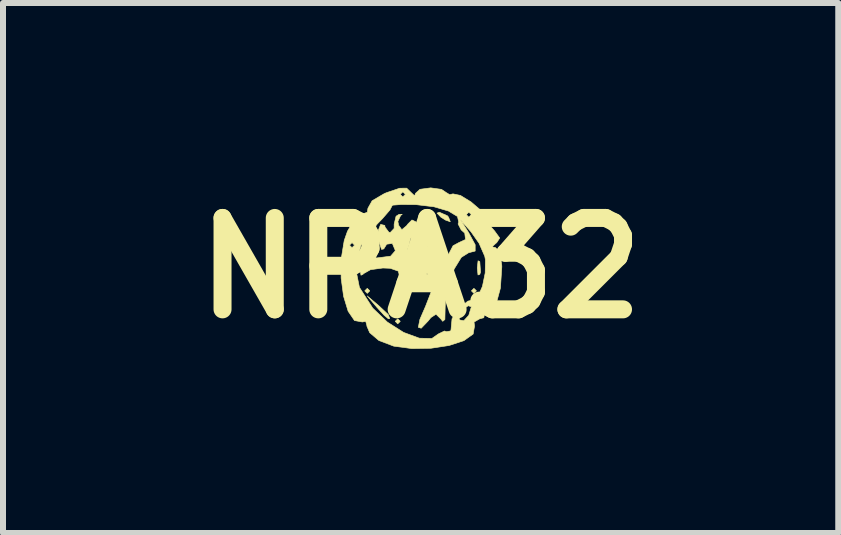
<source format=kicad_pcb>
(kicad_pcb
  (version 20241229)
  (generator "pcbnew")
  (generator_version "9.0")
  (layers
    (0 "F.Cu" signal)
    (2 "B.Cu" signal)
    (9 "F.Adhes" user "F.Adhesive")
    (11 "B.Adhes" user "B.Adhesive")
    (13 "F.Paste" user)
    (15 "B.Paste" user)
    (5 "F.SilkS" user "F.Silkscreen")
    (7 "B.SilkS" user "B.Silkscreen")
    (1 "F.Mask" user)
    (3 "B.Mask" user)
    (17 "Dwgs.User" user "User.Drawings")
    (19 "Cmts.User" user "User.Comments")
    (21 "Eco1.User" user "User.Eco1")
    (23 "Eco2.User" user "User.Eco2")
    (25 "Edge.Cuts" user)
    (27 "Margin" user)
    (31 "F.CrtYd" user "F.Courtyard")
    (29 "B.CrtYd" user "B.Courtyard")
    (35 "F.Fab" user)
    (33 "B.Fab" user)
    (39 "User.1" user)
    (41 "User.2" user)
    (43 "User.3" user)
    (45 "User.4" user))
  (footprint "NPA32"
    (layer "F.Cu")
    (at 3.962 1.418)
    (property "Reference" "NPA32" (at 0 0 0) (layer "F.SilkS") (effects (font (size 1.524 1.524) (thickness 0.3))))
    (attr through_hole)
    (fp_poly (pts (xy -0.847 0.381) (xy -0.889 0.423) (xy -0.931 0.381) (xy -0.889 0.339) (xy -0.847 0.381)) (stroke (width 0.01) (type solid)) (fill yes) (layer "F.SilkS"))
    (fp_poly (pts (xy -0.339 0.889) (xy -0.381 0.931) (xy -0.423 0.889) (xy -0.381 0.847) (xy -0.339 0.889)) (stroke (width 0.01) (type solid)) (fill yes) (layer "F.SilkS"))
    (fp_poly (pts (xy 0.931 0.381) (xy 0.889 0.423) (xy 0.847 0.381) (xy 0.889 0.339) (xy 0.931 0.381)) (stroke (width 0.01) (type solid)) (fill yes) (layer "F.SilkS"))
    (fp_poly (pts (xy 0.987 -0.106) (xy 0.999 0.068) (xy 0.987 0.106) (xy 0.957 0.116) (xy 0.945 0) (xy 0.958 -0.12) (xy 0.987 -0.106)) (stroke (width 0.01) (type solid)) (fill yes) (layer "F.SilkS"))
    (fp_poly (pts (xy -0.788 -0.463) (xy -0.836 -0.401) (xy -0.907 -0.347) (xy -0.89 -0.432) (xy -0.884 -0.448) (xy -0.816 -0.552) (xy -0.778 -0.553) (xy -0.788 -0.463)) (stroke (width 0.01) (type solid)) (fill yes) (layer "F.SilkS"))
    (fp_poly (pts (xy -0.699 0.627) (xy -0.539 0.777) (xy -0.515 0.842) (xy -0.537 0.847) (xy -0.606 0.79) (xy -0.728 0.656) (xy -0.889 0.466) (xy -0.699 0.627)) (stroke (width 0.01) (type solid)) (fill yes) (layer "F.SilkS"))
    (fp_poly (pts (xy 0.448 -0.87) (xy 0.466 -0.847) (xy 0.495 -0.771) (xy 0.415 -0.799) (xy 0.339 -0.847) (xy 0.274 -0.915) (xy 0.313 -0.93) (xy 0.448 -0.87)) (stroke (width 0.01) (type solid)) (fill yes) (layer "F.SilkS"))
    (fp_poly (pts (xy 0.348 -1.311) (xy 0.423 -1.261) (xy 0.423 -1.26) (xy 0.485 -1.223) (xy 0.54 -1.236) (xy 0.664 -1.21) (xy 0.839 -1.103) (xy 1.003 -0.963) (xy 1.096 -0.835) (xy 1.101 -0.81) (xy 1.154 -0.709) (xy 1.234 -0.617) (xy 1.319 -0.5) (xy 1.268 -0.421) (xy 1.255 -0.412) (xy 1.191 -0.353) (xy 1.249 -0.34) (xy 1.324 -0.261) (xy 1.353 -0.045) (xy 1.354 -0.021) (xy 1.331 0.334) (xy 1.269 0.563) (xy 1.174 0.65) (xy 1.136 0.644) (xy 1.06 0.657) (xy 1.072 0.724) (xy 1.054 0.829) (xy 0.985 0.847) (xy 0.891 0.901) (xy 0.899 0.968) (xy 0.876 1.101) (xy 0.722 1.211) (xy 0.475 1.292) (xy 0.173 1.338) (xy -0.147 1.343) (xy -0.447 1.303) (xy -0.69 1.211) (xy -0.7 1.205) (xy -0.849 1.078) (xy -0.897 0.965) (xy -0.895 0.958) (xy -0.915 0.89) (xy -0.971 0.9) (xy -1.102 0.876) (xy -1.208 0.721) (xy -1.284 0.472) (xy -1.325 0.168) (xy -1.324 -0.042) (xy -1.27 -0.042) (xy -1.228 0) (xy -1.196 -0.032) (xy -1.091 -0.032) (xy -1.02 0.323) (xy -0.798 0.669) (xy -0.554 0.902) (xy -0.283 1.074) (xy -0.022 1.17) (xy 0.188 1.175) (xy 0.297 1.099) (xy 0.399 1.05) (xy 0.429 1.062) (xy 0.503 1.049) (xy 0.508 1.021) (xy 0.524 0.847) (xy 0.552 0.8) (xy 0.639 0.8) (xy 0.647 0.865) (xy 0.72 0.879) (xy 0.803 0.789) (xy 0.845 0.651) (xy 0.845 0.646) (xy 0.795 0.629) (xy 0.721 0.677) (xy 0.639 0.8) (xy 0.552 0.8) (xy 0.602 0.715) (xy 0.651 0.66) (xy 0.789 0.552) (xy 0.871 0.533) (xy 0.956 0.475) (xy 1.031 0.306) (xy 1.077 0.083) (xy 1.081 -0.135) (xy 1.07 -0.195) (xy 0.975 -0.412) (xy 0.841 -0.603) (xy 0.664 -0.804) (xy 0.931 -0.804) (xy 0.974 -0.762) (xy 1.016 -0.804) (xy 0.974 -0.847) (xy 0.931 -0.804) (xy 0.664 -0.804) (xy 0.798 -0.595) (xy 0.91 -0.388) (xy 0.91 -0.283) (xy 0.8 -0.254) (xy 0.679 -0.178) (xy 0.56 0.016) (xy 0.464 0.279) (xy 0.413 0.561) (xy 0.409 0.677) (xy 0.405 0.859) (xy 0.369 0.889) (xy 0.335 0.847) (xy 0.257 0.77) (xy 0.171 0.827) (xy 0.126 0.883) (xy 0.01 1.004) (xy -0.038 0.989) (xy -0.012 0.857) (xy 0.083 0.638) (xy 0.188 0.367) (xy 0.175 0.189) (xy 0.169 0.178) (xy 0.106 0.09) (xy 0.088 0.157) (xy 0.087 0.191) (xy 0.047 0.321) (xy -0.029 0.32) (xy -0.09 0.201) (xy -0.096 0.148) (xy -0.108 -0.042) (xy -0.144 0.148) (xy -0.21 0.304) (xy -0.289 0.326) (xy -0.337 0.209) (xy -0.339 0.169) (xy -0.373 0.052) (xy -0.505 0.005) (xy -0.628 0) (xy -0.835 0.028) (xy -0.955 0.096) (xy -0.96 0.106) (xy -0.994 0.12) (xy -1.009 0.021) (xy -0.988 -0.108) (xy -0.882 -0.161) (xy -0.72 -0.169) (xy -0.5 -0.197) (xy -0.424 -0.285) (xy -0.423 -0.296) (xy -0.426 -0.303) (xy -0.221 -0.303) (xy -0.213 -0.19) (xy -0.136 -0.169) (xy -0.018 -0.202) (xy -0.001 -0.233) (xy -0.033 -0.329) (xy -0.098 -0.442) (xy -0.155 -0.506) (xy -0.168 -0.494) (xy -0.196 -0.373) (xy -0.221 -0.303) (xy -0.426 -0.303) (xy -0.471 -0.41) (xy -0.565 -0.397) (xy -0.614 -0.318) (xy -0.651 -0.31) (xy -0.693 -0.439) (xy -0.694 -0.447) (xy -0.704 -0.631) (xy -0.666 -0.727) (xy -0.597 -0.71) (xy -0.593 -0.682) (xy -0.529 -0.596) (xy -0.504 -0.593) (xy -0.441 -0.66) (xy -0.441 -0.732) (xy -0.409 -0.863) (xy -0.358 -0.895) (xy -0.306 -0.894) (xy -0.332 -0.877) (xy -0.379 -0.776) (xy -0.366 -0.712) (xy -0.313 -0.638) (xy -0.234 -0.704) (xy -0.211 -0.734) (xy -0.144 -0.801) (xy -0.08 -0.771) (xy 0.004 -0.623) (xy 0.085 -0.441) (xy 0.221 -0.155) (xy 0.32 -0.026) (xy 0.395 -0.045) (xy 0.457 -0.206) (xy 0.458 -0.212) (xy 0.541 -0.371) (xy 0.637 -0.423) (xy 0.749 -0.475) (xy 0.736 -0.582) (xy 0.676 -0.636) (xy 0.625 -0.735) (xy 0.636 -0.764) (xy 0.615 -0.859) (xy 0.565 -0.889) (xy 0.762 -0.889) (xy 0.804 -0.847) (xy 0.847 -0.889) (xy 0.804 -0.931) (xy 0.762 -0.889) (xy 0.565 -0.889) (xy 0.464 -0.95) (xy 0.222 -1.021) (xy -0.072 -1.056) (xy -0.103 -1.057) (xy -0.33 -1.058) (xy -0.461 -1.048) (xy -0.475 -1.039) (xy -0.511 -0.968) (xy -0.637 -0.822) (xy -0.726 -0.73) (xy -0.993 -0.381) (xy -1.091 -0.032) (xy -1.196 -0.032) (xy -1.185 -0.042) (xy -1.228 -0.085) (xy -1.27 -0.042) (xy -1.324 -0.042) (xy -1.323 -0.155) (xy -1.286 -0.381) (xy -1.185 -0.381) (xy -1.143 -0.339) (xy -1.101 -0.381) (xy -1.143 -0.423) (xy -1.185 -0.381) (xy -1.286 -0.381) (xy -1.273 -0.459) (xy -1.219 -0.613) (xy -1.106 -0.807) (xy -0.999 -0.899) (xy -0.97 -0.899) (xy -0.888 -0.93) (xy -0.878 -0.996) (xy -0.808 -1.121) (xy -0.626 -1.228) (xy -0.339 -1.228) (xy -0.296 -1.185) (xy -0.254 -1.228) (xy -0.296 -1.27) (xy -0.339 -1.228) (xy -0.626 -1.228) (xy -0.599 -1.243) (xy -0.564 -1.257) (xy -0.349 -1.33) (xy -0.232 -1.331) (xy -0.163 -1.263) (xy -0.099 -1.202) (xy -0.086 -1.243) (xy -0.011 -1.312) (xy 0.169 -1.336) (xy 0.348 -1.311)) (stroke (width 0.01) (type solid)) (fill yes) (layer "F.SilkS")))
  (gr_rect
    (start -3 -3)
    (end 10.925 5.836)
    (stroke (width 0.1) (type default))
    (fill no)
    (layer "Edge.Cuts")))
</source>
